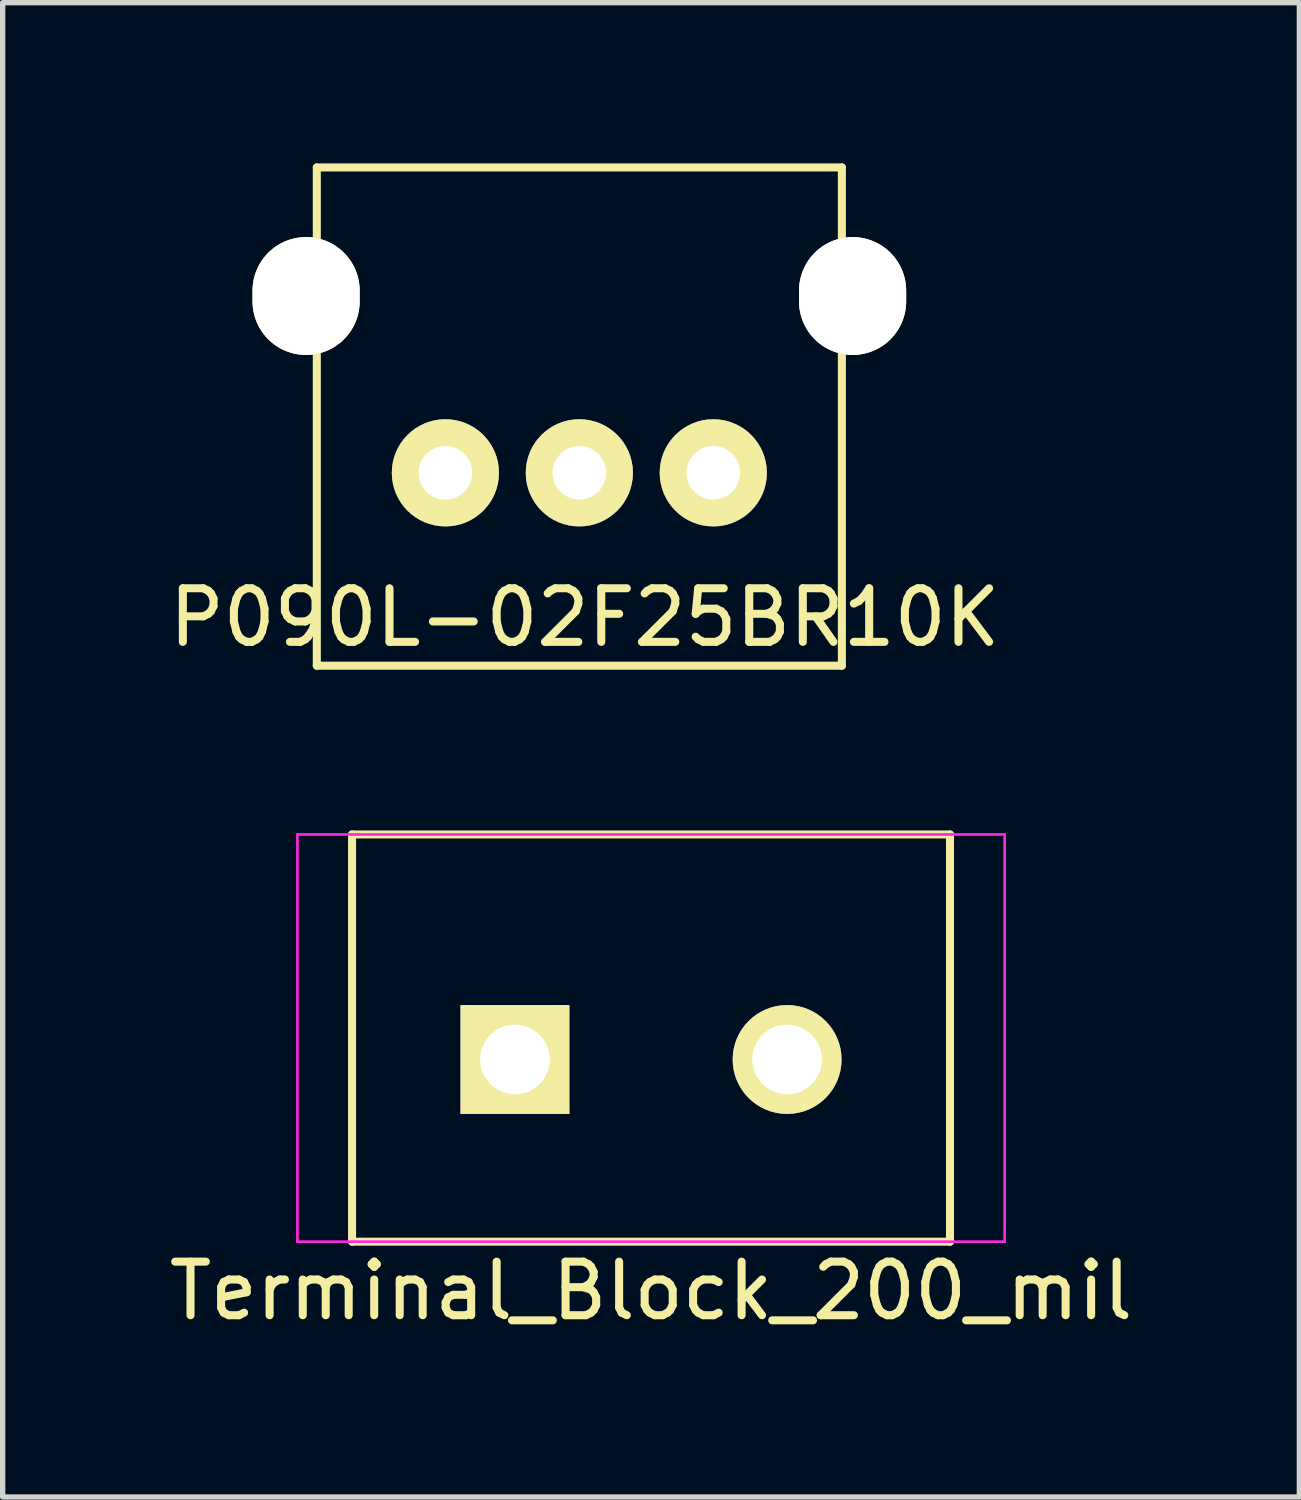
<source format=kicad_pcb>
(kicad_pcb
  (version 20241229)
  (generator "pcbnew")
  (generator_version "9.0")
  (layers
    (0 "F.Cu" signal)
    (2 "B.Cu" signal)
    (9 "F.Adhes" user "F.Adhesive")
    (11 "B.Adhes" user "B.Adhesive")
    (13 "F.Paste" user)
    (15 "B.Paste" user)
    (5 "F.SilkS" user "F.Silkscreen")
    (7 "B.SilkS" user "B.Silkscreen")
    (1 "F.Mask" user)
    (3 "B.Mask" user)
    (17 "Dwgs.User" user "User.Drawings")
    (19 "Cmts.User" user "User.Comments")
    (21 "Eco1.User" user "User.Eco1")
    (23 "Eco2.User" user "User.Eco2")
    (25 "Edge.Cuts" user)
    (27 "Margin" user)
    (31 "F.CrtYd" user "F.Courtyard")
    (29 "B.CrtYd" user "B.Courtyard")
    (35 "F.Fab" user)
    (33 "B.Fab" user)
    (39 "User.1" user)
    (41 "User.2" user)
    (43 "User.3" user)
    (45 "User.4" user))
  (footprint "Terminal_Block_200_mil"
    (layer "F.Cu")
    (at 9.101 16.725)
    (property "Reference" "Terminal_Block_200_mil" (at 0 4.318 0) (layer "F.SilkS") (effects (font (size 1 1) (thickness 0.15))))
    (attr through_hole)
    (fp_line (start -5.58 -4.2) (end 5.58 -4.2) (stroke (width 0.15) (type solid)) (layer "F.SilkS"))
    (fp_line (start -5.58 3.4) (end -5.58 -4.2) (stroke (width 0.15) (type solid)) (layer "F.SilkS"))
    (fp_line (start -5.58 3.4) (end 5.58 3.4) (stroke (width 0.15) (type solid)) (layer "F.SilkS"))
    (fp_line (start 5.58 -4.2) (end 5.58 3.4) (stroke (width 0.15) (type solid)) (layer "F.SilkS"))
    (fp_line (start -6.6 -4.2) (end 6.6 -4.2) (stroke (width 0.05) (type solid)) (layer "F.CrtYd"))
    (fp_line (start -6.6 3.4) (end -6.6 -4.2) (stroke (width 0.05) (type solid)) (layer "F.CrtYd"))
    (fp_line (start -6.6 3.4) (end 6.6 3.4) (stroke (width 0.05) (type solid)) (layer "F.CrtYd"))
    (fp_line (start 6.6 3.4) (end 6.6 -4.2) (stroke (width 0.05) (type solid)) (layer "F.CrtYd"))
    (pad "1" thru_hole rect (at -2.54 0 180) (size 2.032 2.032) (drill 1.3) (layers "*.Cu" "*.Mask" "F.SilkS"))
    (pad "2" thru_hole oval (at 2.54 0 180) (size 2.032 2.032) (drill 1.3) (layers "*.Cu" "*.Mask" "F.SilkS")))
  (footprint "P090L-02F25BR10K"
    (layer "F.Cu")
    (at 7.763 5.775)
    (property "Reference" "P090L-02F25BR10K" (at 0.1 2.7 0) (layer "F.SilkS") (effects (font (size 1 1) (thickness 0.15))))
    (attr through_hole)
    (fp_line (start -4.9 -5.7) (end -4.9 3.6) (stroke (width 0.15) (type solid)) (layer "F.SilkS"))
    (fp_line (start -4.9 -5.7) (end 4.9 -5.7) (stroke (width 0.15) (type solid)) (layer "F.SilkS"))
    (fp_line (start -4.9 3.6) (end 4.9 3.6) (stroke (width 0.15) (type solid)) (layer "F.SilkS"))
    (fp_line (start 4.9 -5.7) (end 4.9 3.6) (stroke (width 0.15) (type solid)) (layer "F.SilkS"))
    (pad "" np_thru_hole oval (at -5.1 -3.3) (size 2 2.2) (drill oval 2 2.2) (layers "*.Cu" "*.Mask" "F.SilkS"))
    (pad "" np_thru_hole oval (at 5.1 -3.3) (size 2 2.2) (drill oval 2 2.2) (layers "*.Cu" "*.Mask" "F.SilkS"))
    (pad "1" thru_hole circle (at -2.5 0) (size 2 2) (drill 1) (layers "*.Cu" "*.Mask" "F.SilkS"))
    (pad "2" thru_hole circle (at 0 0) (size 2 2) (drill 1) (layers "*.Cu" "*.Mask" "F.SilkS"))
    (pad "3" thru_hole circle (at 2.5 0) (size 2 2) (drill 1) (layers "*.Cu" "*.Mask" "F.SilkS")))
  (gr_rect
    (start -3 -3)
    (end 21.202 24.891)
    (stroke (width 0.1) (type default))
    (fill no)
    (layer "Edge.Cuts")))
</source>
